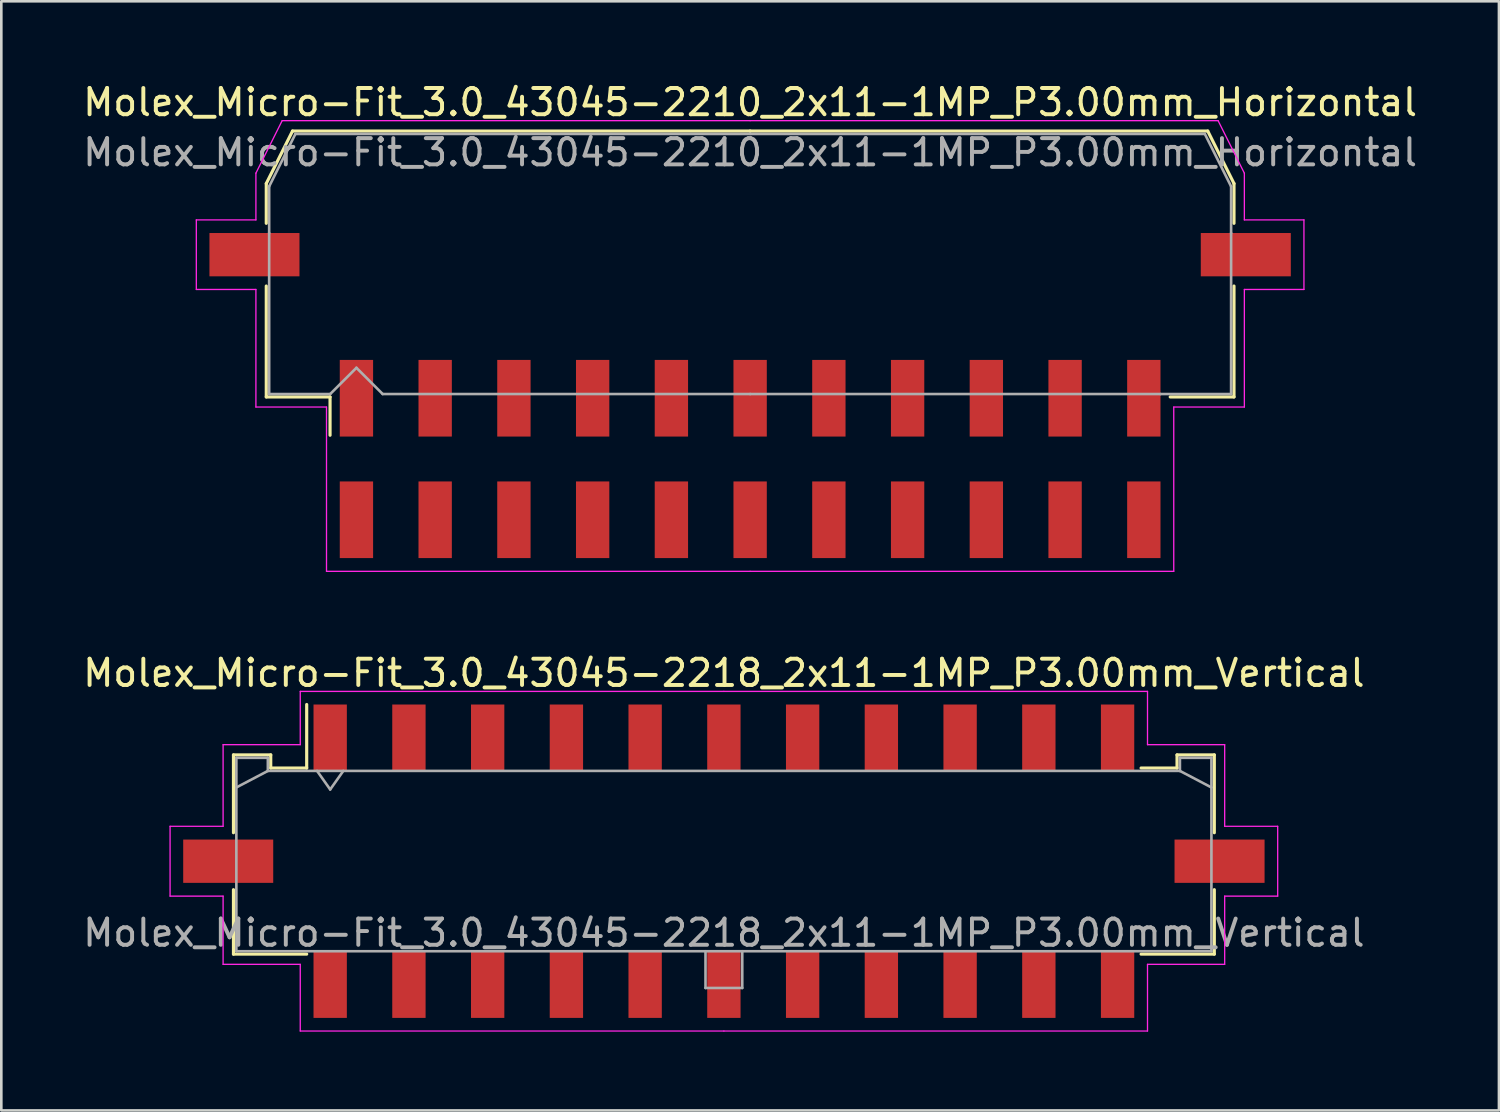
<source format=kicad_pcb>
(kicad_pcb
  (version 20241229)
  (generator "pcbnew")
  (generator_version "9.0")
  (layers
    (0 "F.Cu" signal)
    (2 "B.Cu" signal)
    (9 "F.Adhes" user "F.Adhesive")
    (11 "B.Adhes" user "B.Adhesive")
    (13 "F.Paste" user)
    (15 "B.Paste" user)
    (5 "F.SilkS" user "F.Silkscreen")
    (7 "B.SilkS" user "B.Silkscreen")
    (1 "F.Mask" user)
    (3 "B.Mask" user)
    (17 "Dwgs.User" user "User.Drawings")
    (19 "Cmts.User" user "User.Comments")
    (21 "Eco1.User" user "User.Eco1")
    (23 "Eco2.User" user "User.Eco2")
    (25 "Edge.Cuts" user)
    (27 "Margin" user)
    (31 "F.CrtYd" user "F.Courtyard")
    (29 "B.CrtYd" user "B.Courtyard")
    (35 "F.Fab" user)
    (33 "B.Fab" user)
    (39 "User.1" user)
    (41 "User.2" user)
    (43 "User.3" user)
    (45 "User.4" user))
  (footprint "Molex_Micro-Fit_3.0_43045-2210_2x11-1MP_P3.00mm_Horizontal"
    (layer "F.Cu")
    (at 25.53 14.438)
    (property "Reference" "Molex_Micro-Fit_3.0_43045-2210_2x11-1MP_P3.00mm_Horizontal" (at 0 -13.59 0) (layer "F.SilkS") (effects (font (size 1 1) (thickness 0.15))))
    (attr smd)
    (fp_line (start -18.435 -10.495) (end -18.435 -8.98) (stroke (width 0.12) (type solid)) (layer "F.SilkS"))
    (fp_line (start -18.435 -6.59) (end -18.435 -2.365) (stroke (width 0.12) (type solid)) (layer "F.SilkS"))
    (fp_line (start -18.435 -2.365) (end -16.005 -2.365) (stroke (width 0.12) (type solid)) (layer "F.SilkS"))
    (fp_line (start -17.435 -12.495) (end -18.435 -10.495) (stroke (width 0.12) (type solid)) (layer "F.SilkS"))
    (fp_line (start -16.005 -2.365) (end -16.005 -0.905) (stroke (width 0.12) (type solid)) (layer "F.SilkS"))
    (fp_line (start 0 -12.495) (end -17.435 -12.495) (stroke (width 0.12) (type solid)) (layer "F.SilkS"))
    (fp_line (start 0 -12.495) (end 17.435 -12.495) (stroke (width 0.12) (type solid)) (layer "F.SilkS"))
    (fp_line (start 17.435 -12.495) (end 18.435 -10.495) (stroke (width 0.12) (type solid)) (layer "F.SilkS"))
    (fp_line (start 18.435 -10.495) (end 18.435 -8.98) (stroke (width 0.12) (type solid)) (layer "F.SilkS"))
    (fp_line (start 18.435 -6.59) (end 18.435 -2.365) (stroke (width 0.12) (type solid)) (layer "F.SilkS"))
    (fp_line (start 18.435 -2.365) (end 16.005 -2.365) (stroke (width 0.12) (type solid)) (layer "F.SilkS"))
    (fp_line (start -21.1 -9.11) (end -21.1 -6.46) (stroke (width 0.05) (type solid)) (layer "F.CrtYd"))
    (fp_line (start -21.1 -6.46) (end -18.83 -6.46) (stroke (width 0.05) (type solid)) (layer "F.CrtYd"))
    (fp_line (start -18.83 -10.89) (end -18.83 -9.11) (stroke (width 0.05) (type solid)) (layer "F.CrtYd"))
    (fp_line (start -18.83 -9.11) (end -21.1 -9.11) (stroke (width 0.05) (type solid)) (layer "F.CrtYd"))
    (fp_line (start -18.83 -6.46) (end -18.83 -1.98) (stroke (width 0.05) (type solid)) (layer "F.CrtYd"))
    (fp_line (start -18.83 -1.98) (end -16.14 -1.98) (stroke (width 0.05) (type solid)) (layer "F.CrtYd"))
    (fp_line (start -17.83 -12.89) (end -18.83 -10.89) (stroke (width 0.05) (type solid)) (layer "F.CrtYd"))
    (fp_line (start -16.14 -1.98) (end -16.14 4.28) (stroke (width 0.05) (type solid)) (layer "F.CrtYd"))
    (fp_line (start -16.14 4.28) (end 0 4.28) (stroke (width 0.05) (type solid)) (layer "F.CrtYd"))
    (fp_line (start 0 -12.89) (end -17.83 -12.89) (stroke (width 0.05) (type solid)) (layer "F.CrtYd"))
    (fp_line (start 0 -12.89) (end 17.83 -12.89) (stroke (width 0.05) (type solid)) (layer "F.CrtYd"))
    (fp_line (start 16.14 -1.98) (end 16.14 4.28) (stroke (width 0.05) (type solid)) (layer "F.CrtYd"))
    (fp_line (start 16.14 4.28) (end 0 4.28) (stroke (width 0.05) (type solid)) (layer "F.CrtYd"))
    (fp_line (start 17.83 -12.89) (end 18.83 -10.89) (stroke (width 0.05) (type solid)) (layer "F.CrtYd"))
    (fp_line (start 18.83 -10.89) (end 18.83 -9.11) (stroke (width 0.05) (type solid)) (layer "F.CrtYd"))
    (fp_line (start 18.83 -9.11) (end 21.1 -9.11) (stroke (width 0.05) (type solid)) (layer "F.CrtYd"))
    (fp_line (start 18.83 -6.46) (end 18.83 -1.98) (stroke (width 0.05) (type solid)) (layer "F.CrtYd"))
    (fp_line (start 18.83 -1.98) (end 16.14 -1.98) (stroke (width 0.05) (type solid)) (layer "F.CrtYd"))
    (fp_line (start 21.1 -9.11) (end 21.1 -6.46) (stroke (width 0.05) (type solid)) (layer "F.CrtYd"))
    (fp_line (start 21.1 -6.46) (end 18.83 -6.46) (stroke (width 0.05) (type solid)) (layer "F.CrtYd"))
    (fp_line (start -18.325 -10.385) (end -18.325 -8.61) (stroke (width 0.1) (type solid)) (layer "F.Fab"))
    (fp_line (start -18.325 -8.61) (end -18.325 -2.475) (stroke (width 0.1) (type solid)) (layer "F.Fab"))
    (fp_line (start -18.325 -2.475) (end -16 -2.475) (stroke (width 0.1) (type solid)) (layer "F.Fab"))
    (fp_line (start -17.325 -12.385) (end -18.325 -10.385) (stroke (width 0.1) (type solid)) (layer "F.Fab"))
    (fp_line (start -16 -2.475) (end -15 -3.475) (stroke (width 0.1) (type solid)) (layer "F.Fab"))
    (fp_line (start -15 -3.475) (end -14 -2.475) (stroke (width 0.1) (type solid)) (layer "F.Fab"))
    (fp_line (start -14 -2.475) (end 0 -2.475) (stroke (width 0.1) (type solid)) (layer "F.Fab"))
    (fp_line (start 0 -12.385) (end -17.325 -12.385) (stroke (width 0.1) (type solid)) (layer "F.Fab"))
    (fp_line (start 0 -12.385) (end 17.325 -12.385) (stroke (width 0.1) (type solid)) (layer "F.Fab"))
    (fp_line (start 15.635 -2.475) (end 0 -2.475) (stroke (width 0.1) (type solid)) (layer "F.Fab"))
    (fp_line (start 17.325 -12.385) (end 18.325 -10.385) (stroke (width 0.1) (type solid)) (layer "F.Fab"))
    (fp_line (start 18.325 -10.385) (end 18.325 -8.61) (stroke (width 0.1) (type solid)) (layer "F.Fab"))
    (fp_line (start 18.325 -8.61) (end 18.325 -2.475) (stroke (width 0.1) (type solid)) (layer "F.Fab"))
    (fp_line (start 18.325 -2.475) (end 15.635 -2.475) (stroke (width 0.1) (type solid)) (layer "F.Fab"))
    (fp_text user "${REFERENCE}" (at 0 -11.68 0) (layer "F.Fab") (effects (font (size 1 1) (thickness 0.15))))
    (pad "1" smd rect (at -15 -2.315) (size 1.27 2.92) (layers "F.Cu" "F.Mask" "F.Paste"))
    (pad "2" smd rect (at -12 -2.315) (size 1.27 2.92) (layers "F.Cu" "F.Mask" "F.Paste"))
    (pad "3" smd rect (at -9 -2.315) (size 1.27 2.92) (layers "F.Cu" "F.Mask" "F.Paste"))
    (pad "4" smd rect (at -6 -2.315) (size 1.27 2.92) (layers "F.Cu" "F.Mask" "F.Paste"))
    (pad "5" smd rect (at -3 -2.315) (size 1.27 2.92) (layers "F.Cu" "F.Mask" "F.Paste"))
    (pad "6" smd rect (at 0 -2.315) (size 1.27 2.92) (layers "F.Cu" "F.Mask" "F.Paste"))
    (pad "7" smd rect (at 3 -2.315) (size 1.27 2.92) (layers "F.Cu" "F.Mask" "F.Paste"))
    (pad "8" smd rect (at 6 -2.315) (size 1.27 2.92) (layers "F.Cu" "F.Mask" "F.Paste"))
    (pad "9" smd rect (at 9 -2.315) (size 1.27 2.92) (layers "F.Cu" "F.Mask" "F.Paste"))
    (pad "10" smd rect (at 12 -2.315) (size 1.27 2.92) (layers "F.Cu" "F.Mask" "F.Paste"))
    (pad "11" smd rect (at 15 -2.315) (size 1.27 2.92) (layers "F.Cu" "F.Mask" "F.Paste"))
    (pad "12" smd rect (at -15 2.315) (size 1.27 2.92) (layers "F.Cu" "F.Mask" "F.Paste"))
    (pad "13" smd rect (at -12 2.315) (size 1.27 2.92) (layers "F.Cu" "F.Mask" "F.Paste"))
    (pad "14" smd rect (at -9 2.315) (size 1.27 2.92) (layers "F.Cu" "F.Mask" "F.Paste"))
    (pad "15" smd rect (at -6 2.315) (size 1.27 2.92) (layers "F.Cu" "F.Mask" "F.Paste"))
    (pad "16" smd rect (at -3 2.315) (size 1.27 2.92) (layers "F.Cu" "F.Mask" "F.Paste"))
    (pad "17" smd rect (at 0 2.315) (size 1.27 2.92) (layers "F.Cu" "F.Mask" "F.Paste"))
    (pad "18" smd rect (at 3 2.315) (size 1.27 2.92) (layers "F.Cu" "F.Mask" "F.Paste"))
    (pad "19" smd rect (at 6 2.315) (size 1.27 2.92) (layers "F.Cu" "F.Mask" "F.Paste"))
    (pad "20" smd rect (at 9 2.315) (size 1.27 2.92) (layers "F.Cu" "F.Mask" "F.Paste"))
    (pad "21" smd rect (at 12 2.315) (size 1.27 2.92) (layers "F.Cu" "F.Mask" "F.Paste"))
    (pad "22" smd rect (at 15 2.315) (size 1.27 2.92) (layers "F.Cu" "F.Mask" "F.Paste"))
    (pad "MP" smd rect (at -18.885 -7.785) (size 3.43 1.65) (layers "F.Cu" "F.Mask" "F.Paste"))
    (pad "MP" smd rect (at 18.885 -7.785) (size 3.43 1.65) (layers "F.Cu" "F.Mask" "F.Paste")))
  (footprint "Molex_Micro-Fit_3.0_43045-2218_2x11-1MP_P3.00mm_Vertical"
    (layer "F.Cu")
    (at 24.53 29.762)
    (property "Reference" "Molex_Micro-Fit_3.0_43045-2218_2x11-1MP_P3.00mm_Vertical" (at 0 -7.17 0) (layer "F.SilkS") (effects (font (size 1 1) (thickness 0.15))))
    (attr smd)
    (fp_line (start -18.685 -4.05) (end -17.265 -4.05) (stroke (width 0.12) (type solid)) (layer "F.SilkS"))
    (fp_line (start -18.685 -1.085) (end -18.685 -4.05) (stroke (width 0.12) (type solid)) (layer "F.SilkS"))
    (fp_line (start -18.685 1.085) (end -18.685 3.54) (stroke (width 0.12) (type solid)) (layer "F.SilkS"))
    (fp_line (start -18.685 3.54) (end -15.895 3.54) (stroke (width 0.12) (type solid)) (layer "F.SilkS"))
    (fp_line (start -17.265 -4.05) (end -17.265 -3.55) (stroke (width 0.12) (type solid)) (layer "F.SilkS"))
    (fp_line (start -17.265 -3.55) (end -15.895 -3.55) (stroke (width 0.12) (type solid)) (layer "F.SilkS"))
    (fp_line (start -15.895 -3.55) (end -15.895 -5.97) (stroke (width 0.12) (type solid)) (layer "F.SilkS"))
    (fp_line (start 17.265 -4.05) (end 17.265 -3.55) (stroke (width 0.12) (type solid)) (layer "F.SilkS"))
    (fp_line (start 17.265 -3.55) (end 15.895 -3.55) (stroke (width 0.12) (type solid)) (layer "F.SilkS"))
    (fp_line (start 18.685 -4.05) (end 17.265 -4.05) (stroke (width 0.12) (type solid)) (layer "F.SilkS"))
    (fp_line (start 18.685 -1.085) (end 18.685 -4.05) (stroke (width 0.12) (type solid)) (layer "F.SilkS"))
    (fp_line (start 18.685 1.085) (end 18.685 3.54) (stroke (width 0.12) (type solid)) (layer "F.SilkS"))
    (fp_line (start 18.685 3.54) (end 15.895 3.54) (stroke (width 0.12) (type solid)) (layer "F.SilkS"))
    (fp_line (start -21.1 -1.33) (end -21.1 1.33) (stroke (width 0.05) (type solid)) (layer "F.CrtYd"))
    (fp_line (start -21.1 1.33) (end -19.08 1.33) (stroke (width 0.05) (type solid)) (layer "F.CrtYd"))
    (fp_line (start -19.08 -4.44) (end -19.08 -1.33) (stroke (width 0.05) (type solid)) (layer "F.CrtYd"))
    (fp_line (start -19.08 -1.33) (end -21.1 -1.33) (stroke (width 0.05) (type solid)) (layer "F.CrtYd"))
    (fp_line (start -19.08 1.33) (end -19.08 3.93) (stroke (width 0.05) (type solid)) (layer "F.CrtYd"))
    (fp_line (start -19.08 3.93) (end -16.14 3.93) (stroke (width 0.05) (type solid)) (layer "F.CrtYd"))
    (fp_line (start -16.14 -6.47) (end -16.14 -4.44) (stroke (width 0.05) (type solid)) (layer "F.CrtYd"))
    (fp_line (start -16.14 -4.44) (end -19.08 -4.44) (stroke (width 0.05) (type solid)) (layer "F.CrtYd"))
    (fp_line (start -16.14 3.93) (end -16.14 6.47) (stroke (width 0.05) (type solid)) (layer "F.CrtYd"))
    (fp_line (start -16.14 6.47) (end 0 6.47) (stroke (width 0.05) (type solid)) (layer "F.CrtYd"))
    (fp_line (start 0 -6.47) (end -16.14 -6.47) (stroke (width 0.05) (type solid)) (layer "F.CrtYd"))
    (fp_line (start 0 -6.47) (end 16.14 -6.47) (stroke (width 0.05) (type solid)) (layer "F.CrtYd"))
    (fp_line (start 16.14 -6.47) (end 16.14 -4.44) (stroke (width 0.05) (type solid)) (layer "F.CrtYd"))
    (fp_line (start 16.14 -4.44) (end 19.08 -4.44) (stroke (width 0.05) (type solid)) (layer "F.CrtYd"))
    (fp_line (start 16.14 3.93) (end 16.14 6.47) (stroke (width 0.05) (type solid)) (layer "F.CrtYd"))
    (fp_line (start 16.14 6.47) (end 0 6.47) (stroke (width 0.05) (type solid)) (layer "F.CrtYd"))
    (fp_line (start 19.08 -4.44) (end 19.08 -1.33) (stroke (width 0.05) (type solid)) (layer "F.CrtYd"))
    (fp_line (start 19.08 -1.33) (end 21.1 -1.33) (stroke (width 0.05) (type solid)) (layer "F.CrtYd"))
    (fp_line (start 19.08 1.33) (end 19.08 3.93) (stroke (width 0.05) (type solid)) (layer "F.CrtYd"))
    (fp_line (start 19.08 3.93) (end 16.14 3.93) (stroke (width 0.05) (type solid)) (layer "F.CrtYd"))
    (fp_line (start 21.1 -1.33) (end 21.1 1.33) (stroke (width 0.05) (type solid)) (layer "F.CrtYd"))
    (fp_line (start 21.1 1.33) (end 19.08 1.33) (stroke (width 0.05) (type solid)) (layer "F.CrtYd"))
    (fp_line (start -18.575 -3.94) (end -18.575 3.43) (stroke (width 0.1) (type solid)) (layer "F.Fab"))
    (fp_line (start -18.575 -2.81) (end -17.375 -3.44) (stroke (width 0.1) (type solid)) (layer "F.Fab"))
    (fp_line (start -18.575 3.43) (end 18.575 3.43) (stroke (width 0.1) (type solid)) (layer "F.Fab"))
    (fp_line (start -17.375 -3.94) (end -18.575 -3.94) (stroke (width 0.1) (type solid)) (layer "F.Fab"))
    (fp_line (start -17.375 -3.44) (end -17.375 -3.94) (stroke (width 0.1) (type solid)) (layer "F.Fab"))
    (fp_line (start -15.5 -3.44) (end -15 -2.733) (stroke (width 0.1) (type solid)) (layer "F.Fab"))
    (fp_line (start -15 -2.733) (end -14.5 -3.44) (stroke (width 0.1) (type solid)) (layer "F.Fab"))
    (fp_line (start -0.7 3.43) (end -0.7 4.83) (stroke (width 0.1) (type solid)) (layer "F.Fab"))
    (fp_line (start -0.7 4.83) (end 0.7 4.83) (stroke (width 0.1) (type solid)) (layer "F.Fab"))
    (fp_line (start 0.7 4.83) (end 0.7 3.43) (stroke (width 0.1) (type solid)) (layer "F.Fab"))
    (fp_line (start 17.375 -3.94) (end 17.375 -3.44) (stroke (width 0.1) (type solid)) (layer "F.Fab"))
    (fp_line (start 17.375 -3.44) (end -17.375 -3.44) (stroke (width 0.1) (type solid)) (layer "F.Fab"))
    (fp_line (start 18.575 -3.94) (end 17.375 -3.94) (stroke (width 0.1) (type solid)) (layer "F.Fab"))
    (fp_line (start 18.575 -2.81) (end 17.375 -3.44) (stroke (width 0.1) (type solid)) (layer "F.Fab"))
    (fp_line (start 18.575 3.43) (end 18.575 -3.94) (stroke (width 0.1) (type solid)) (layer "F.Fab"))
    (fp_text user "${REFERENCE}" (at 0 2.73 0) (layer "F.Fab") (effects (font (size 1 1) (thickness 0.15))))
    (pad "1" smd rect (at -15 -4.7) (size 1.27 2.54) (layers "F.Cu" "F.Mask" "F.Paste"))
    (pad "2" smd rect (at -12 -4.7) (size 1.27 2.54) (layers "F.Cu" "F.Mask" "F.Paste"))
    (pad "3" smd rect (at -9 -4.7) (size 1.27 2.54) (layers "F.Cu" "F.Mask" "F.Paste"))
    (pad "4" smd rect (at -6 -4.7) (size 1.27 2.54) (layers "F.Cu" "F.Mask" "F.Paste"))
    (pad "5" smd rect (at -3 -4.7) (size 1.27 2.54) (layers "F.Cu" "F.Mask" "F.Paste"))
    (pad "6" smd rect (at 0 -4.7) (size 1.27 2.54) (layers "F.Cu" "F.Mask" "F.Paste"))
    (pad "7" smd rect (at 3 -4.7) (size 1.27 2.54) (layers "F.Cu" "F.Mask" "F.Paste"))
    (pad "8" smd rect (at 6 -4.7) (size 1.27 2.54) (layers "F.Cu" "F.Mask" "F.Paste"))
    (pad "9" smd rect (at 9 -4.7) (size 1.27 2.54) (layers "F.Cu" "F.Mask" "F.Paste"))
    (pad "10" smd rect (at 12 -4.7) (size 1.27 2.54) (layers "F.Cu" "F.Mask" "F.Paste"))
    (pad "11" smd rect (at 15 -4.7) (size 1.27 2.54) (layers "F.Cu" "F.Mask" "F.Paste"))
    (pad "12" smd rect (at -15 4.7) (size 1.27 2.54) (layers "F.Cu" "F.Mask" "F.Paste"))
    (pad "13" smd rect (at -12 4.7) (size 1.27 2.54) (layers "F.Cu" "F.Mask" "F.Paste"))
    (pad "14" smd rect (at -9 4.7) (size 1.27 2.54) (layers "F.Cu" "F.Mask" "F.Paste"))
    (pad "15" smd rect (at -6 4.7) (size 1.27 2.54) (layers "F.Cu" "F.Mask" "F.Paste"))
    (pad "16" smd rect (at -3 4.7) (size 1.27 2.54) (layers "F.Cu" "F.Mask" "F.Paste"))
    (pad "17" smd rect (at 0 4.7) (size 1.27 2.54) (layers "F.Cu" "F.Mask" "F.Paste"))
    (pad "18" smd rect (at 3 4.7) (size 1.27 2.54) (layers "F.Cu" "F.Mask" "F.Paste"))
    (pad "19" smd rect (at 6 4.7) (size 1.27 2.54) (layers "F.Cu" "F.Mask" "F.Paste"))
    (pad "20" smd rect (at 9 4.7) (size 1.27 2.54) (layers "F.Cu" "F.Mask" "F.Paste"))
    (pad "21" smd rect (at 12 4.7) (size 1.27 2.54) (layers "F.Cu" "F.Mask" "F.Paste"))
    (pad "22" smd rect (at 15 4.7) (size 1.27 2.54) (layers "F.Cu" "F.Mask" "F.Paste"))
    (pad "MP" smd rect (at -18.885 0) (size 3.43 1.65) (layers "F.Cu" "F.Mask" "F.Paste"))
    (pad "MP" smd rect (at 18.885 0) (size 3.43 1.65) (layers "F.Cu" "F.Mask" "F.Paste")))
  (gr_rect
    (start -3 -3)
    (end 54.06 39.257)
    (stroke (width 0.1) (type default))
    (fill no)
    (layer "Edge.Cuts")))
</source>
